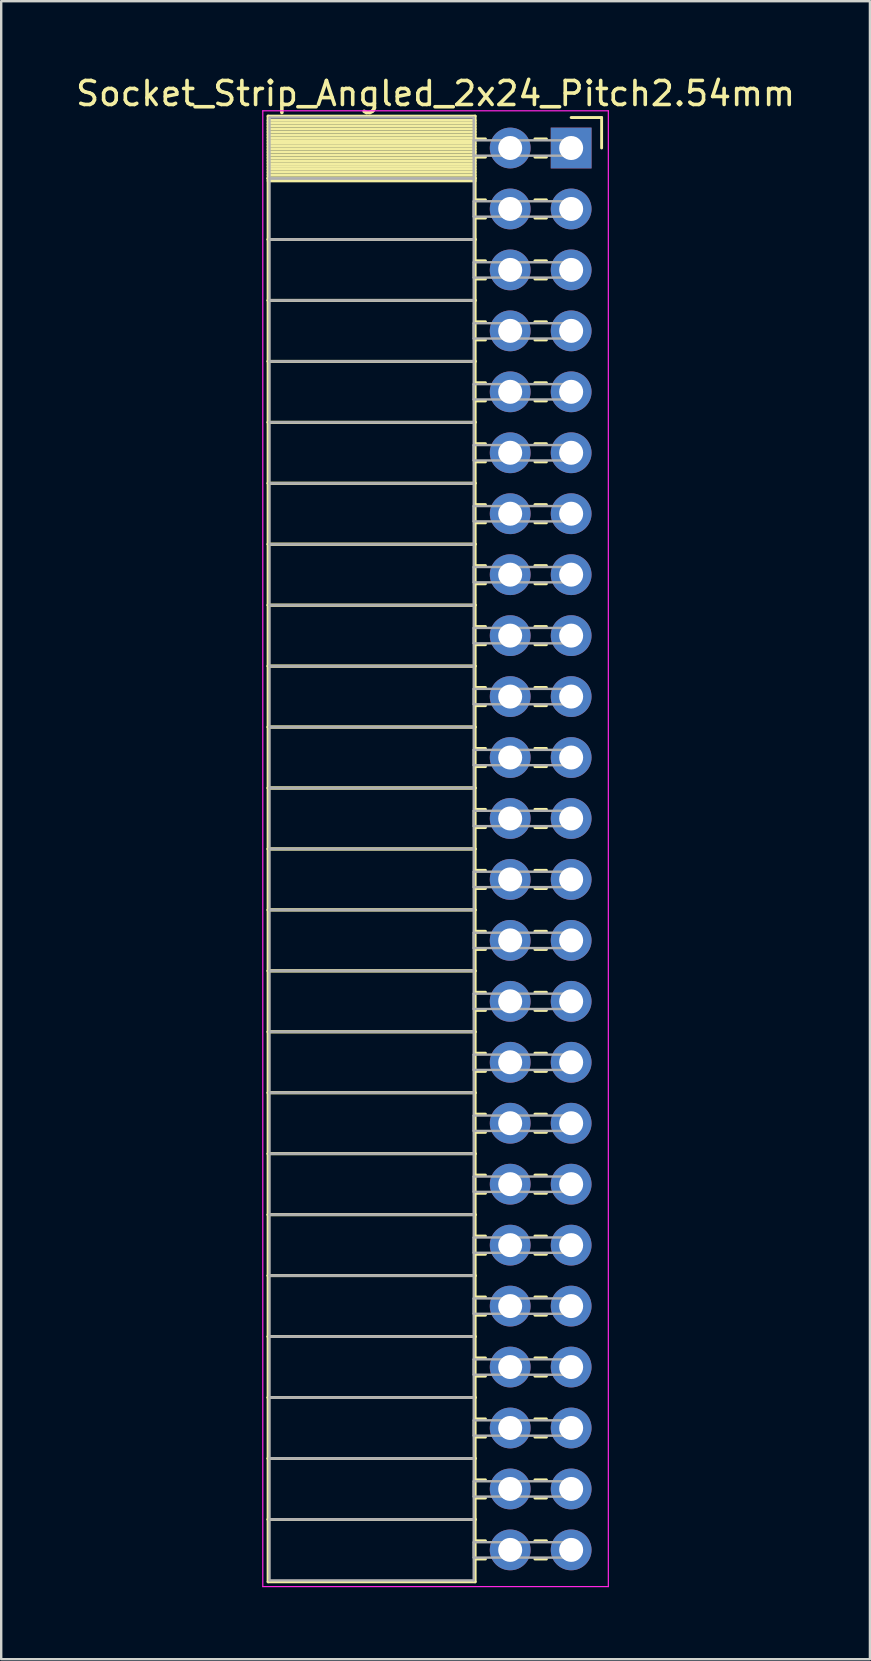
<source format=kicad_pcb>
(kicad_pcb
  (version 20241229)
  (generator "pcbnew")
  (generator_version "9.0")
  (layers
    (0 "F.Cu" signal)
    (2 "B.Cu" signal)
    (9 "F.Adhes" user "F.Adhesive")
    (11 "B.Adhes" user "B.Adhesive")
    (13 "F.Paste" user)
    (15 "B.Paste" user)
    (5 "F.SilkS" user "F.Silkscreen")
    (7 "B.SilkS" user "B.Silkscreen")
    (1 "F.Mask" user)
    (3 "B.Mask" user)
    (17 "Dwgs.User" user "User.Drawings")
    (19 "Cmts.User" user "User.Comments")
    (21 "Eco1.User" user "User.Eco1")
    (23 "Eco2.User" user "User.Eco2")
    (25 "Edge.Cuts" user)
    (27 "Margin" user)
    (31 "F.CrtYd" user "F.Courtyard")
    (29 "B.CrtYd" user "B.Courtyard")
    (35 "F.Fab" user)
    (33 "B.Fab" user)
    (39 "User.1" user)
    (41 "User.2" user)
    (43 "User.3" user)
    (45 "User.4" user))
  (footprint "Socket_Strip_Angled_2x24_Pitch2.54mm"
    (layer "F.Cu")
    (at 20.751 3.118)
    (property "Reference" "Socket_Strip_Angled_2x24_Pitch2.54mm" (at -5.65 -2.27 0) (layer "F.SilkS") (effects (font (size 1 1) (thickness 0.15))))
    (attr through_hole)
    (fp_line (start -12.63 -1.33) (end -4 -1.33) (stroke (width 0.12) (type solid)) (layer "F.SilkS"))
    (fp_line (start -12.63 1.27) (end -12.63 -1.33) (stroke (width 0.12) (type solid)) (layer "F.SilkS"))
    (fp_line (start -12.63 1.27) (end -4 1.27) (stroke (width 0.12) (type solid)) (layer "F.SilkS"))
    (fp_line (start -12.63 3.81) (end -12.63 1.27) (stroke (width 0.12) (type solid)) (layer "F.SilkS"))
    (fp_line (start -12.63 3.81) (end -4 3.81) (stroke (width 0.12) (type solid)) (layer "F.SilkS"))
    (fp_line (start -12.63 6.35) (end -12.63 3.81) (stroke (width 0.12) (type solid)) (layer "F.SilkS"))
    (fp_line (start -12.63 6.35) (end -4 6.35) (stroke (width 0.12) (type solid)) (layer "F.SilkS"))
    (fp_line (start -12.63 8.89) (end -12.63 6.35) (stroke (width 0.12) (type solid)) (layer "F.SilkS"))
    (fp_line (start -12.63 8.89) (end -4 8.89) (stroke (width 0.12) (type solid)) (layer "F.SilkS"))
    (fp_line (start -12.63 11.43) (end -12.63 8.89) (stroke (width 0.12) (type solid)) (layer "F.SilkS"))
    (fp_line (start -12.63 11.43) (end -4 11.43) (stroke (width 0.12) (type solid)) (layer "F.SilkS"))
    (fp_line (start -12.63 13.97) (end -12.63 11.43) (stroke (width 0.12) (type solid)) (layer "F.SilkS"))
    (fp_line (start -12.63 13.97) (end -4 13.97) (stroke (width 0.12) (type solid)) (layer "F.SilkS"))
    (fp_line (start -12.63 16.51) (end -12.63 13.97) (stroke (width 0.12) (type solid)) (layer "F.SilkS"))
    (fp_line (start -12.63 16.51) (end -4 16.51) (stroke (width 0.12) (type solid)) (layer "F.SilkS"))
    (fp_line (start -12.63 19.05) (end -12.63 16.51) (stroke (width 0.12) (type solid)) (layer "F.SilkS"))
    (fp_line (start -12.63 19.05) (end -4 19.05) (stroke (width 0.12) (type solid)) (layer "F.SilkS"))
    (fp_line (start -12.63 21.59) (end -12.63 19.05) (stroke (width 0.12) (type solid)) (layer "F.SilkS"))
    (fp_line (start -12.63 21.59) (end -4 21.59) (stroke (width 0.12) (type solid)) (layer "F.SilkS"))
    (fp_line (start -12.63 24.13) (end -12.63 21.59) (stroke (width 0.12) (type solid)) (layer "F.SilkS"))
    (fp_line (start -12.63 24.13) (end -4 24.13) (stroke (width 0.12) (type solid)) (layer "F.SilkS"))
    (fp_line (start -12.63 26.67) (end -12.63 24.13) (stroke (width 0.12) (type solid)) (layer "F.SilkS"))
    (fp_line (start -12.63 26.67) (end -4 26.67) (stroke (width 0.12) (type solid)) (layer "F.SilkS"))
    (fp_line (start -12.63 29.21) (end -12.63 26.67) (stroke (width 0.12) (type solid)) (layer "F.SilkS"))
    (fp_line (start -12.63 29.21) (end -4 29.21) (stroke (width 0.12) (type solid)) (layer "F.SilkS"))
    (fp_line (start -12.63 31.75) (end -12.63 29.21) (stroke (width 0.12) (type solid)) (layer "F.SilkS"))
    (fp_line (start -12.63 31.75) (end -4 31.75) (stroke (width 0.12) (type solid)) (layer "F.SilkS"))
    (fp_line (start -12.63 34.29) (end -12.63 31.75) (stroke (width 0.12) (type solid)) (layer "F.SilkS"))
    (fp_line (start -12.63 34.29) (end -4 34.29) (stroke (width 0.12) (type solid)) (layer "F.SilkS"))
    (fp_line (start -12.63 36.83) (end -12.63 34.29) (stroke (width 0.12) (type solid)) (layer "F.SilkS"))
    (fp_line (start -12.63 36.83) (end -4 36.83) (stroke (width 0.12) (type solid)) (layer "F.SilkS"))
    (fp_line (start -12.63 39.37) (end -12.63 36.83) (stroke (width 0.12) (type solid)) (layer "F.SilkS"))
    (fp_line (start -12.63 39.37) (end -4 39.37) (stroke (width 0.12) (type solid)) (layer "F.SilkS"))
    (fp_line (start -12.63 41.91) (end -12.63 39.37) (stroke (width 0.12) (type solid)) (layer "F.SilkS"))
    (fp_line (start -12.63 41.91) (end -4 41.91) (stroke (width 0.12) (type solid)) (layer "F.SilkS"))
    (fp_line (start -12.63 44.45) (end -12.63 41.91) (stroke (width 0.12) (type solid)) (layer "F.SilkS"))
    (fp_line (start -12.63 44.45) (end -4 44.45) (stroke (width 0.12) (type solid)) (layer "F.SilkS"))
    (fp_line (start -12.63 46.99) (end -12.63 44.45) (stroke (width 0.12) (type solid)) (layer "F.SilkS"))
    (fp_line (start -12.63 46.99) (end -4 46.99) (stroke (width 0.12) (type solid)) (layer "F.SilkS"))
    (fp_line (start -12.63 49.53) (end -12.63 46.99) (stroke (width 0.12) (type solid)) (layer "F.SilkS"))
    (fp_line (start -12.63 49.53) (end -4 49.53) (stroke (width 0.12) (type solid)) (layer "F.SilkS"))
    (fp_line (start -12.63 52.07) (end -12.63 49.53) (stroke (width 0.12) (type solid)) (layer "F.SilkS"))
    (fp_line (start -12.63 52.07) (end -4 52.07) (stroke (width 0.12) (type solid)) (layer "F.SilkS"))
    (fp_line (start -12.63 54.61) (end -12.63 52.07) (stroke (width 0.12) (type solid)) (layer "F.SilkS"))
    (fp_line (start -12.63 54.61) (end -4 54.61) (stroke (width 0.12) (type solid)) (layer "F.SilkS"))
    (fp_line (start -12.63 57.15) (end -12.63 54.61) (stroke (width 0.12) (type solid)) (layer "F.SilkS"))
    (fp_line (start -12.63 57.15) (end -4 57.15) (stroke (width 0.12) (type solid)) (layer "F.SilkS"))
    (fp_line (start -12.63 59.75) (end -12.63 57.15) (stroke (width 0.12) (type solid)) (layer "F.SilkS"))
    (fp_line (start -4 -1.33) (end -4 1.27) (stroke (width 0.12) (type solid)) (layer "F.SilkS"))
    (fp_line (start -4 -1.15) (end -12.63 -1.15) (stroke (width 0.12) (type solid)) (layer "F.SilkS"))
    (fp_line (start -4 -1.03) (end -12.63 -1.03) (stroke (width 0.12) (type solid)) (layer "F.SilkS"))
    (fp_line (start -4 -0.91) (end -12.63 -0.91) (stroke (width 0.12) (type solid)) (layer "F.SilkS"))
    (fp_line (start -4 -0.79) (end -12.63 -0.79) (stroke (width 0.12) (type solid)) (layer "F.SilkS"))
    (fp_line (start -4 -0.67) (end -12.63 -0.67) (stroke (width 0.12) (type solid)) (layer "F.SilkS"))
    (fp_line (start -4 -0.55) (end -12.63 -0.55) (stroke (width 0.12) (type solid)) (layer "F.SilkS"))
    (fp_line (start -4 -0.43) (end -12.63 -0.43) (stroke (width 0.12) (type solid)) (layer "F.SilkS"))
    (fp_line (start -4 -0.31) (end -12.63 -0.31) (stroke (width 0.12) (type solid)) (layer "F.SilkS"))
    (fp_line (start -4 -0.19) (end -12.63 -0.19) (stroke (width 0.12) (type solid)) (layer "F.SilkS"))
    (fp_line (start -4 -0.07) (end -12.63 -0.07) (stroke (width 0.12) (type solid)) (layer "F.SilkS"))
    (fp_line (start -4 0.05) (end -12.63 0.05) (stroke (width 0.12) (type solid)) (layer "F.SilkS"))
    (fp_line (start -4 0.17) (end -12.63 0.17) (stroke (width 0.12) (type solid)) (layer "F.SilkS"))
    (fp_line (start -4 0.29) (end -12.63 0.29) (stroke (width 0.12) (type solid)) (layer "F.SilkS"))
    (fp_line (start -4 0.41) (end -12.63 0.41) (stroke (width 0.12) (type solid)) (layer "F.SilkS"))
    (fp_line (start -4 0.53) (end -12.63 0.53) (stroke (width 0.12) (type solid)) (layer "F.SilkS"))
    (fp_line (start -4 0.65) (end -12.63 0.65) (stroke (width 0.12) (type solid)) (layer "F.SilkS"))
    (fp_line (start -4 0.77) (end -12.63 0.77) (stroke (width 0.12) (type solid)) (layer "F.SilkS"))
    (fp_line (start -4 0.89) (end -12.63 0.89) (stroke (width 0.12) (type solid)) (layer "F.SilkS"))
    (fp_line (start -4 1.01) (end -12.63 1.01) (stroke (width 0.12) (type solid)) (layer "F.SilkS"))
    (fp_line (start -4 1.13) (end -12.63 1.13) (stroke (width 0.12) (type solid)) (layer "F.SilkS"))
    (fp_line (start -4 1.25) (end -12.63 1.25) (stroke (width 0.12) (type solid)) (layer "F.SilkS"))
    (fp_line (start -4 1.27) (end -12.63 1.27) (stroke (width 0.12) (type solid)) (layer "F.SilkS"))
    (fp_line (start -4 1.27) (end -4 3.81) (stroke (width 0.12) (type solid)) (layer "F.SilkS"))
    (fp_line (start -4 1.37) (end -12.63 1.37) (stroke (width 0.12) (type solid)) (layer "F.SilkS"))
    (fp_line (start -4 3.81) (end -12.63 3.81) (stroke (width 0.12) (type solid)) (layer "F.SilkS"))
    (fp_line (start -4 3.81) (end -4 6.35) (stroke (width 0.12) (type solid)) (layer "F.SilkS"))
    (fp_line (start -4 6.35) (end -12.63 6.35) (stroke (width 0.12) (type solid)) (layer "F.SilkS"))
    (fp_line (start -4 6.35) (end -4 8.89) (stroke (width 0.12) (type solid)) (layer "F.SilkS"))
    (fp_line (start -4 8.89) (end -12.63 8.89) (stroke (width 0.12) (type solid)) (layer "F.SilkS"))
    (fp_line (start -4 8.89) (end -4 11.43) (stroke (width 0.12) (type solid)) (layer "F.SilkS"))
    (fp_line (start -4 11.43) (end -12.63 11.43) (stroke (width 0.12) (type solid)) (layer "F.SilkS"))
    (fp_line (start -4 11.43) (end -4 13.97) (stroke (width 0.12) (type solid)) (layer "F.SilkS"))
    (fp_line (start -4 13.97) (end -12.63 13.97) (stroke (width 0.12) (type solid)) (layer "F.SilkS"))
    (fp_line (start -4 13.97) (end -4 16.51) (stroke (width 0.12) (type solid)) (layer "F.SilkS"))
    (fp_line (start -4 16.51) (end -12.63 16.51) (stroke (width 0.12) (type solid)) (layer "F.SilkS"))
    (fp_line (start -4 16.51) (end -4 19.05) (stroke (width 0.12) (type solid)) (layer "F.SilkS"))
    (fp_line (start -4 19.05) (end -12.63 19.05) (stroke (width 0.12) (type solid)) (layer "F.SilkS"))
    (fp_line (start -4 19.05) (end -4 21.59) (stroke (width 0.12) (type solid)) (layer "F.SilkS"))
    (fp_line (start -4 21.59) (end -12.63 21.59) (stroke (width 0.12) (type solid)) (layer "F.SilkS"))
    (fp_line (start -4 21.59) (end -4 24.13) (stroke (width 0.12) (type solid)) (layer "F.SilkS"))
    (fp_line (start -4 24.13) (end -12.63 24.13) (stroke (width 0.12) (type solid)) (layer "F.SilkS"))
    (fp_line (start -4 24.13) (end -4 26.67) (stroke (width 0.12) (type solid)) (layer "F.SilkS"))
    (fp_line (start -4 26.67) (end -12.63 26.67) (stroke (width 0.12) (type solid)) (layer "F.SilkS"))
    (fp_line (start -4 26.67) (end -4 29.21) (stroke (width 0.12) (type solid)) (layer "F.SilkS"))
    (fp_line (start -4 29.21) (end -12.63 29.21) (stroke (width 0.12) (type solid)) (layer "F.SilkS"))
    (fp_line (start -4 29.21) (end -4 31.75) (stroke (width 0.12) (type solid)) (layer "F.SilkS"))
    (fp_line (start -4 31.75) (end -12.63 31.75) (stroke (width 0.12) (type solid)) (layer "F.SilkS"))
    (fp_line (start -4 31.75) (end -4 34.29) (stroke (width 0.12) (type solid)) (layer "F.SilkS"))
    (fp_line (start -4 34.29) (end -12.63 34.29) (stroke (width 0.12) (type solid)) (layer "F.SilkS"))
    (fp_line (start -4 34.29) (end -4 36.83) (stroke (width 0.12) (type solid)) (layer "F.SilkS"))
    (fp_line (start -4 36.83) (end -12.63 36.83) (stroke (width 0.12) (type solid)) (layer "F.SilkS"))
    (fp_line (start -4 36.83) (end -4 39.37) (stroke (width 0.12) (type solid)) (layer "F.SilkS"))
    (fp_line (start -4 39.37) (end -12.63 39.37) (stroke (width 0.12) (type solid)) (layer "F.SilkS"))
    (fp_line (start -4 39.37) (end -4 41.91) (stroke (width 0.12) (type solid)) (layer "F.SilkS"))
    (fp_line (start -4 41.91) (end -12.63 41.91) (stroke (width 0.12) (type solid)) (layer "F.SilkS"))
    (fp_line (start -4 41.91) (end -4 44.45) (stroke (width 0.12) (type solid)) (layer "F.SilkS"))
    (fp_line (start -4 44.45) (end -12.63 44.45) (stroke (width 0.12) (type solid)) (layer "F.SilkS"))
    (fp_line (start -4 44.45) (end -4 46.99) (stroke (width 0.12) (type solid)) (layer "F.SilkS"))
    (fp_line (start -4 46.99) (end -12.63 46.99) (stroke (width 0.12) (type solid)) (layer "F.SilkS"))
    (fp_line (start -4 46.99) (end -4 49.53) (stroke (width 0.12) (type solid)) (layer "F.SilkS"))
    (fp_line (start -4 49.53) (end -12.63 49.53) (stroke (width 0.12) (type solid)) (layer "F.SilkS"))
    (fp_line (start -4 49.53) (end -4 52.07) (stroke (width 0.12) (type solid)) (layer "F.SilkS"))
    (fp_line (start -4 52.07) (end -12.63 52.07) (stroke (width 0.12) (type solid)) (layer "F.SilkS"))
    (fp_line (start -4 52.07) (end -4 54.61) (stroke (width 0.12) (type solid)) (layer "F.SilkS"))
    (fp_line (start -4 54.61) (end -12.63 54.61) (stroke (width 0.12) (type solid)) (layer "F.SilkS"))
    (fp_line (start -4 54.61) (end -4 57.15) (stroke (width 0.12) (type solid)) (layer "F.SilkS"))
    (fp_line (start -4 57.15) (end -12.63 57.15) (stroke (width 0.12) (type solid)) (layer "F.SilkS"))
    (fp_line (start -4 57.15) (end -4 59.75) (stroke (width 0.12) (type solid)) (layer "F.SilkS"))
    (fp_line (start -4 59.75) (end -12.63 59.75) (stroke (width 0.12) (type solid)) (layer "F.SilkS"))
    (fp_line (start -3.57 -0.38) (end -4 -0.38) (stroke (width 0.12) (type solid)) (layer "F.SilkS"))
    (fp_line (start -3.57 0.38) (end -4 0.38) (stroke (width 0.12) (type solid)) (layer "F.SilkS"))
    (fp_line (start -3.57 2.16) (end -4 2.16) (stroke (width 0.12) (type solid)) (layer "F.SilkS"))
    (fp_line (start -3.57 2.92) (end -4 2.92) (stroke (width 0.12) (type solid)) (layer "F.SilkS"))
    (fp_line (start -3.57 4.7) (end -4 4.7) (stroke (width 0.12) (type solid)) (layer "F.SilkS"))
    (fp_line (start -3.57 5.46) (end -4 5.46) (stroke (width 0.12) (type solid)) (layer "F.SilkS"))
    (fp_line (start -3.57 7.24) (end -4 7.24) (stroke (width 0.12) (type solid)) (layer "F.SilkS"))
    (fp_line (start -3.57 8) (end -4 8) (stroke (width 0.12) (type solid)) (layer "F.SilkS"))
    (fp_line (start -3.57 9.78) (end -4 9.78) (stroke (width 0.12) (type solid)) (layer "F.SilkS"))
    (fp_line (start -3.57 10.54) (end -4 10.54) (stroke (width 0.12) (type solid)) (layer "F.SilkS"))
    (fp_line (start -3.57 12.32) (end -4 12.32) (stroke (width 0.12) (type solid)) (layer "F.SilkS"))
    (fp_line (start -3.57 13.08) (end -4 13.08) (stroke (width 0.12) (type solid)) (layer "F.SilkS"))
    (fp_line (start -3.57 14.86) (end -4 14.86) (stroke (width 0.12) (type solid)) (layer "F.SilkS"))
    (fp_line (start -3.57 15.62) (end -4 15.62) (stroke (width 0.12) (type solid)) (layer "F.SilkS"))
    (fp_line (start -3.57 17.4) (end -4 17.4) (stroke (width 0.12) (type solid)) (layer "F.SilkS"))
    (fp_line (start -3.57 18.16) (end -4 18.16) (stroke (width 0.12) (type solid)) (layer "F.SilkS"))
    (fp_line (start -3.57 19.94) (end -4 19.94) (stroke (width 0.12) (type solid)) (layer "F.SilkS"))
    (fp_line (start -3.57 20.7) (end -4 20.7) (stroke (width 0.12) (type solid)) (layer "F.SilkS"))
    (fp_line (start -3.57 22.48) (end -4 22.48) (stroke (width 0.12) (type solid)) (layer "F.SilkS"))
    (fp_line (start -3.57 23.24) (end -4 23.24) (stroke (width 0.12) (type solid)) (layer "F.SilkS"))
    (fp_line (start -3.57 25.02) (end -4 25.02) (stroke (width 0.12) (type solid)) (layer "F.SilkS"))
    (fp_line (start -3.57 25.78) (end -4 25.78) (stroke (width 0.12) (type solid)) (layer "F.SilkS"))
    (fp_line (start -3.57 27.56) (end -4 27.56) (stroke (width 0.12) (type solid)) (layer "F.SilkS"))
    (fp_line (start -3.57 28.32) (end -4 28.32) (stroke (width 0.12) (type solid)) (layer "F.SilkS"))
    (fp_line (start -3.57 30.1) (end -4 30.1) (stroke (width 0.12) (type solid)) (layer "F.SilkS"))
    (fp_line (start -3.57 30.86) (end -4 30.86) (stroke (width 0.12) (type solid)) (layer "F.SilkS"))
    (fp_line (start -3.57 32.64) (end -4 32.64) (stroke (width 0.12) (type solid)) (layer "F.SilkS"))
    (fp_line (start -3.57 33.4) (end -4 33.4) (stroke (width 0.12) (type solid)) (layer "F.SilkS"))
    (fp_line (start -3.57 35.18) (end -4 35.18) (stroke (width 0.12) (type solid)) (layer "F.SilkS"))
    (fp_line (start -3.57 35.94) (end -4 35.94) (stroke (width 0.12) (type solid)) (layer "F.SilkS"))
    (fp_line (start -3.57 37.72) (end -4 37.72) (stroke (width 0.12) (type solid)) (layer "F.SilkS"))
    (fp_line (start -3.57 38.48) (end -4 38.48) (stroke (width 0.12) (type solid)) (layer "F.SilkS"))
    (fp_line (start -3.57 40.26) (end -4 40.26) (stroke (width 0.12) (type solid)) (layer "F.SilkS"))
    (fp_line (start -3.57 41.02) (end -4 41.02) (stroke (width 0.12) (type solid)) (layer "F.SilkS"))
    (fp_line (start -3.57 42.8) (end -4 42.8) (stroke (width 0.12) (type solid)) (layer "F.SilkS"))
    (fp_line (start -3.57 43.56) (end -4 43.56) (stroke (width 0.12) (type solid)) (layer "F.SilkS"))
    (fp_line (start -3.57 45.34) (end -4 45.34) (stroke (width 0.12) (type solid)) (layer "F.SilkS"))
    (fp_line (start -3.57 46.1) (end -4 46.1) (stroke (width 0.12) (type solid)) (layer "F.SilkS"))
    (fp_line (start -3.57 47.88) (end -4 47.88) (stroke (width 0.12) (type solid)) (layer "F.SilkS"))
    (fp_line (start -3.57 48.64) (end -4 48.64) (stroke (width 0.12) (type solid)) (layer "F.SilkS"))
    (fp_line (start -3.57 50.42) (end -4 50.42) (stroke (width 0.12) (type solid)) (layer "F.SilkS"))
    (fp_line (start -3.57 51.18) (end -4 51.18) (stroke (width 0.12) (type solid)) (layer "F.SilkS"))
    (fp_line (start -3.57 52.96) (end -4 52.96) (stroke (width 0.12) (type solid)) (layer "F.SilkS"))
    (fp_line (start -3.57 53.72) (end -4 53.72) (stroke (width 0.12) (type solid)) (layer "F.SilkS"))
    (fp_line (start -3.57 55.5) (end -4 55.5) (stroke (width 0.12) (type solid)) (layer "F.SilkS"))
    (fp_line (start -3.57 56.26) (end -4 56.26) (stroke (width 0.12) (type solid)) (layer "F.SilkS"))
    (fp_line (start -3.57 58.04) (end -4 58.04) (stroke (width 0.12) (type solid)) (layer "F.SilkS"))
    (fp_line (start -3.57 58.8) (end -4 58.8) (stroke (width 0.12) (type solid)) (layer "F.SilkS"))
    (fp_line (start -1.03 -0.38) (end -1.51 -0.38) (stroke (width 0.12) (type solid)) (layer "F.SilkS"))
    (fp_line (start -1.03 0.38) (end -1.51 0.38) (stroke (width 0.12) (type solid)) (layer "F.SilkS"))
    (fp_line (start -1.03 2.16) (end -1.51 2.16) (stroke (width 0.12) (type solid)) (layer "F.SilkS"))
    (fp_line (start -1.03 2.92) (end -1.51 2.92) (stroke (width 0.12) (type solid)) (layer "F.SilkS"))
    (fp_line (start -1.03 4.7) (end -1.51 4.7) (stroke (width 0.12) (type solid)) (layer "F.SilkS"))
    (fp_line (start -1.03 5.46) (end -1.51 5.46) (stroke (width 0.12) (type solid)) (layer "F.SilkS"))
    (fp_line (start -1.03 7.24) (end -1.51 7.24) (stroke (width 0.12) (type solid)) (layer "F.SilkS"))
    (fp_line (start -1.03 8) (end -1.51 8) (stroke (width 0.12) (type solid)) (layer "F.SilkS"))
    (fp_line (start -1.03 9.78) (end -1.51 9.78) (stroke (width 0.12) (type solid)) (layer "F.SilkS"))
    (fp_line (start -1.03 10.54) (end -1.51 10.54) (stroke (width 0.12) (type solid)) (layer "F.SilkS"))
    (fp_line (start -1.03 12.32) (end -1.51 12.32) (stroke (width 0.12) (type solid)) (layer "F.SilkS"))
    (fp_line (start -1.03 13.08) (end -1.51 13.08) (stroke (width 0.12) (type solid)) (layer "F.SilkS"))
    (fp_line (start -1.03 14.86) (end -1.51 14.86) (stroke (width 0.12) (type solid)) (layer "F.SilkS"))
    (fp_line (start -1.03 15.62) (end -1.51 15.62) (stroke (width 0.12) (type solid)) (layer "F.SilkS"))
    (fp_line (start -1.03 17.4) (end -1.51 17.4) (stroke (width 0.12) (type solid)) (layer "F.SilkS"))
    (fp_line (start -1.03 18.16) (end -1.51 18.16) (stroke (width 0.12) (type solid)) (layer "F.SilkS"))
    (fp_line (start -1.03 19.94) (end -1.51 19.94) (stroke (width 0.12) (type solid)) (layer "F.SilkS"))
    (fp_line (start -1.03 20.7) (end -1.51 20.7) (stroke (width 0.12) (type solid)) (layer "F.SilkS"))
    (fp_line (start -1.03 22.48) (end -1.51 22.48) (stroke (width 0.12) (type solid)) (layer "F.SilkS"))
    (fp_line (start -1.03 23.24) (end -1.51 23.24) (stroke (width 0.12) (type solid)) (layer "F.SilkS"))
    (fp_line (start -1.03 25.02) (end -1.51 25.02) (stroke (width 0.12) (type solid)) (layer "F.SilkS"))
    (fp_line (start -1.03 25.78) (end -1.51 25.78) (stroke (width 0.12) (type solid)) (layer "F.SilkS"))
    (fp_line (start -1.03 27.56) (end -1.51 27.56) (stroke (width 0.12) (type solid)) (layer "F.SilkS"))
    (fp_line (start -1.03 28.32) (end -1.51 28.32) (stroke (width 0.12) (type solid)) (layer "F.SilkS"))
    (fp_line (start -1.03 30.1) (end -1.51 30.1) (stroke (width 0.12) (type solid)) (layer "F.SilkS"))
    (fp_line (start -1.03 30.86) (end -1.51 30.86) (stroke (width 0.12) (type solid)) (layer "F.SilkS"))
    (fp_line (start -1.03 32.64) (end -1.51 32.64) (stroke (width 0.12) (type solid)) (layer "F.SilkS"))
    (fp_line (start -1.03 33.4) (end -1.51 33.4) (stroke (width 0.12) (type solid)) (layer "F.SilkS"))
    (fp_line (start -1.03 35.18) (end -1.51 35.18) (stroke (width 0.12) (type solid)) (layer "F.SilkS"))
    (fp_line (start -1.03 35.94) (end -1.51 35.94) (stroke (width 0.12) (type solid)) (layer "F.SilkS"))
    (fp_line (start -1.03 37.72) (end -1.51 37.72) (stroke (width 0.12) (type solid)) (layer "F.SilkS"))
    (fp_line (start -1.03 38.48) (end -1.51 38.48) (stroke (width 0.12) (type solid)) (layer "F.SilkS"))
    (fp_line (start -1.03 40.26) (end -1.51 40.26) (stroke (width 0.12) (type solid)) (layer "F.SilkS"))
    (fp_line (start -1.03 41.02) (end -1.51 41.02) (stroke (width 0.12) (type solid)) (layer "F.SilkS"))
    (fp_line (start -1.03 42.8) (end -1.51 42.8) (stroke (width 0.12) (type solid)) (layer "F.SilkS"))
    (fp_line (start -1.03 43.56) (end -1.51 43.56) (stroke (width 0.12) (type solid)) (layer "F.SilkS"))
    (fp_line (start -1.03 45.34) (end -1.51 45.34) (stroke (width 0.12) (type solid)) (layer "F.SilkS"))
    (fp_line (start -1.03 46.1) (end -1.51 46.1) (stroke (width 0.12) (type solid)) (layer "F.SilkS"))
    (fp_line (start -1.03 47.88) (end -1.51 47.88) (stroke (width 0.12) (type solid)) (layer "F.SilkS"))
    (fp_line (start -1.03 48.64) (end -1.51 48.64) (stroke (width 0.12) (type solid)) (layer "F.SilkS"))
    (fp_line (start -1.03 50.42) (end -1.51 50.42) (stroke (width 0.12) (type solid)) (layer "F.SilkS"))
    (fp_line (start -1.03 51.18) (end -1.51 51.18) (stroke (width 0.12) (type solid)) (layer "F.SilkS"))
    (fp_line (start -1.03 52.96) (end -1.51 52.96) (stroke (width 0.12) (type solid)) (layer "F.SilkS"))
    (fp_line (start -1.03 53.72) (end -1.51 53.72) (stroke (width 0.12) (type solid)) (layer "F.SilkS"))
    (fp_line (start -1.03 55.5) (end -1.51 55.5) (stroke (width 0.12) (type solid)) (layer "F.SilkS"))
    (fp_line (start -1.03 56.26) (end -1.51 56.26) (stroke (width 0.12) (type solid)) (layer "F.SilkS"))
    (fp_line (start -1.03 58.04) (end -1.51 58.04) (stroke (width 0.12) (type solid)) (layer "F.SilkS"))
    (fp_line (start -1.03 58.8) (end -1.51 58.8) (stroke (width 0.12) (type solid)) (layer "F.SilkS"))
    (fp_line (start 0 -1.27) (end 1.27 -1.27) (stroke (width 0.12) (type solid)) (layer "F.SilkS"))
    (fp_line (start 1.27 -1.27) (end 1.27 0) (stroke (width 0.12) (type solid)) (layer "F.SilkS"))
    (fp_line (start -12.85 -1.55) (end 1.55 -1.55) (stroke (width 0.05) (type solid)) (layer "F.CrtYd"))
    (fp_line (start -12.85 59.95) (end -12.85 -1.55) (stroke (width 0.05) (type solid)) (layer "F.CrtYd"))
    (fp_line (start 1.55 -1.55) (end 1.55 59.95) (stroke (width 0.05) (type solid)) (layer "F.CrtYd"))
    (fp_line (start 1.55 59.95) (end -12.85 59.95) (stroke (width 0.05) (type solid)) (layer "F.CrtYd"))
    (fp_line (start -12.57 -1.27) (end -4.06 -1.27) (stroke (width 0.1) (type solid)) (layer "F.Fab"))
    (fp_line (start -12.57 1.27) (end -12.57 -1.27) (stroke (width 0.1) (type solid)) (layer "F.Fab"))
    (fp_line (start -12.57 1.27) (end -4.06 1.27) (stroke (width 0.1) (type solid)) (layer "F.Fab"))
    (fp_line (start -12.57 3.81) (end -12.57 1.27) (stroke (width 0.1) (type solid)) (layer "F.Fab"))
    (fp_line (start -12.57 3.81) (end -4.06 3.81) (stroke (width 0.1) (type solid)) (layer "F.Fab"))
    (fp_line (start -12.57 6.35) (end -12.57 3.81) (stroke (width 0.1) (type solid)) (layer "F.Fab"))
    (fp_line (start -12.57 6.35) (end -4.06 6.35) (stroke (width 0.1) (type solid)) (layer "F.Fab"))
    (fp_line (start -12.57 8.89) (end -12.57 6.35) (stroke (width 0.1) (type solid)) (layer "F.Fab"))
    (fp_line (start -12.57 8.89) (end -4.06 8.89) (stroke (width 0.1) (type solid)) (layer "F.Fab"))
    (fp_line (start -12.57 11.43) (end -12.57 8.89) (stroke (width 0.1) (type solid)) (layer "F.Fab"))
    (fp_line (start -12.57 11.43) (end -4.06 11.43) (stroke (width 0.1) (type solid)) (layer "F.Fab"))
    (fp_line (start -12.57 13.97) (end -12.57 11.43) (stroke (width 0.1) (type solid)) (layer "F.Fab"))
    (fp_line (start -12.57 13.97) (end -4.06 13.97) (stroke (width 0.1) (type solid)) (layer "F.Fab"))
    (fp_line (start -12.57 16.51) (end -12.57 13.97) (stroke (width 0.1) (type solid)) (layer "F.Fab"))
    (fp_line (start -12.57 16.51) (end -4.06 16.51) (stroke (width 0.1) (type solid)) (layer "F.Fab"))
    (fp_line (start -12.57 19.05) (end -12.57 16.51) (stroke (width 0.1) (type solid)) (layer "F.Fab"))
    (fp_line (start -12.57 19.05) (end -4.06 19.05) (stroke (width 0.1) (type solid)) (layer "F.Fab"))
    (fp_line (start -12.57 21.59) (end -12.57 19.05) (stroke (width 0.1) (type solid)) (layer "F.Fab"))
    (fp_line (start -12.57 21.59) (end -4.06 21.59) (stroke (width 0.1) (type solid)) (layer "F.Fab"))
    (fp_line (start -12.57 24.13) (end -12.57 21.59) (stroke (width 0.1) (type solid)) (layer "F.Fab"))
    (fp_line (start -12.57 24.13) (end -4.06 24.13) (stroke (width 0.1) (type solid)) (layer "F.Fab"))
    (fp_line (start -12.57 26.67) (end -12.57 24.13) (stroke (width 0.1) (type solid)) (layer "F.Fab"))
    (fp_line (start -12.57 26.67) (end -4.06 26.67) (stroke (width 0.1) (type solid)) (layer "F.Fab"))
    (fp_line (start -12.57 29.21) (end -12.57 26.67) (stroke (width 0.1) (type solid)) (layer "F.Fab"))
    (fp_line (start -12.57 29.21) (end -4.06 29.21) (stroke (width 0.1) (type solid)) (layer "F.Fab"))
    (fp_line (start -12.57 31.75) (end -12.57 29.21) (stroke (width 0.1) (type solid)) (layer "F.Fab"))
    (fp_line (start -12.57 31.75) (end -4.06 31.75) (stroke (width 0.1) (type solid)) (layer "F.Fab"))
    (fp_line (start -12.57 34.29) (end -12.57 31.75) (stroke (width 0.1) (type solid)) (layer "F.Fab"))
    (fp_line (start -12.57 34.29) (end -4.06 34.29) (stroke (width 0.1) (type solid)) (layer "F.Fab"))
    (fp_line (start -12.57 36.83) (end -12.57 34.29) (stroke (width 0.1) (type solid)) (layer "F.Fab"))
    (fp_line (start -12.57 36.83) (end -4.06 36.83) (stroke (width 0.1) (type solid)) (layer "F.Fab"))
    (fp_line (start -12.57 39.37) (end -12.57 36.83) (stroke (width 0.1) (type solid)) (layer "F.Fab"))
    (fp_line (start -12.57 39.37) (end -4.06 39.37) (stroke (width 0.1) (type solid)) (layer "F.Fab"))
    (fp_line (start -12.57 41.91) (end -12.57 39.37) (stroke (width 0.1) (type solid)) (layer "F.Fab"))
    (fp_line (start -12.57 41.91) (end -4.06 41.91) (stroke (width 0.1) (type solid)) (layer "F.Fab"))
    (fp_line (start -12.57 44.45) (end -12.57 41.91) (stroke (width 0.1) (type solid)) (layer "F.Fab"))
    (fp_line (start -12.57 44.45) (end -4.06 44.45) (stroke (width 0.1) (type solid)) (layer "F.Fab"))
    (fp_line (start -12.57 46.99) (end -12.57 44.45) (stroke (width 0.1) (type solid)) (layer "F.Fab"))
    (fp_line (start -12.57 46.99) (end -4.06 46.99) (stroke (width 0.1) (type solid)) (layer "F.Fab"))
    (fp_line (start -12.57 49.53) (end -12.57 46.99) (stroke (width 0.1) (type solid)) (layer "F.Fab"))
    (fp_line (start -12.57 49.53) (end -4.06 49.53) (stroke (width 0.1) (type solid)) (layer "F.Fab"))
    (fp_line (start -12.57 52.07) (end -12.57 49.53) (stroke (width 0.1) (type solid)) (layer "F.Fab"))
    (fp_line (start -12.57 52.07) (end -4.06 52.07) (stroke (width 0.1) (type solid)) (layer "F.Fab"))
    (fp_line (start -12.57 54.61) (end -12.57 52.07) (stroke (width 0.1) (type solid)) (layer "F.Fab"))
    (fp_line (start -12.57 54.61) (end -4.06 54.61) (stroke (width 0.1) (type solid)) (layer "F.Fab"))
    (fp_line (start -12.57 57.15) (end -12.57 54.61) (stroke (width 0.1) (type solid)) (layer "F.Fab"))
    (fp_line (start -12.57 57.15) (end -4.06 57.15) (stroke (width 0.1) (type solid)) (layer "F.Fab"))
    (fp_line (start -12.57 59.69) (end -12.57 57.15) (stroke (width 0.1) (type solid)) (layer "F.Fab"))
    (fp_line (start -4.06 -1.27) (end -4.06 1.27) (stroke (width 0.1) (type solid)) (layer "F.Fab"))
    (fp_line (start -4.06 -0.32) (end 0 -0.32) (stroke (width 0.1) (type solid)) (layer "F.Fab"))
    (fp_line (start -4.06 0.32) (end -4.06 -0.32) (stroke (width 0.1) (type solid)) (layer "F.Fab"))
    (fp_line (start -4.06 1.27) (end -12.57 1.27) (stroke (width 0.1) (type solid)) (layer "F.Fab"))
    (fp_line (start -4.06 1.27) (end -4.06 3.81) (stroke (width 0.1) (type solid)) (layer "F.Fab"))
    (fp_line (start -4.06 2.22) (end 0 2.22) (stroke (width 0.1) (type solid)) (layer "F.Fab"))
    (fp_line (start -4.06 2.86) (end -4.06 2.22) (stroke (width 0.1) (type solid)) (layer "F.Fab"))
    (fp_line (start -4.06 3.81) (end -12.57 3.81) (stroke (width 0.1) (type solid)) (layer "F.Fab"))
    (fp_line (start -4.06 3.81) (end -4.06 6.35) (stroke (width 0.1) (type solid)) (layer "F.Fab"))
    (fp_line (start -4.06 4.76) (end 0 4.76) (stroke (width 0.1) (type solid)) (layer "F.Fab"))
    (fp_line (start -4.06 5.4) (end -4.06 4.76) (stroke (width 0.1) (type solid)) (layer "F.Fab"))
    (fp_line (start -4.06 6.35) (end -12.57 6.35) (stroke (width 0.1) (type solid)) (layer "F.Fab"))
    (fp_line (start -4.06 6.35) (end -4.06 8.89) (stroke (width 0.1) (type solid)) (layer "F.Fab"))
    (fp_line (start -4.06 7.3) (end 0 7.3) (stroke (width 0.1) (type solid)) (layer "F.Fab"))
    (fp_line (start -4.06 7.94) (end -4.06 7.3) (stroke (width 0.1) (type solid)) (layer "F.Fab"))
    (fp_line (start -4.06 8.89) (end -12.57 8.89) (stroke (width 0.1) (type solid)) (layer "F.Fab"))
    (fp_line (start -4.06 8.89) (end -4.06 11.43) (stroke (width 0.1) (type solid)) (layer "F.Fab"))
    (fp_line (start -4.06 9.84) (end 0 9.84) (stroke (width 0.1) (type solid)) (layer "F.Fab"))
    (fp_line (start -4.06 10.48) (end -4.06 9.84) (stroke (width 0.1) (type solid)) (layer "F.Fab"))
    (fp_line (start -4.06 11.43) (end -12.57 11.43) (stroke (width 0.1) (type solid)) (layer "F.Fab"))
    (fp_line (start -4.06 11.43) (end -4.06 13.97) (stroke (width 0.1) (type solid)) (layer "F.Fab"))
    (fp_line (start -4.06 12.38) (end 0 12.38) (stroke (width 0.1) (type solid)) (layer "F.Fab"))
    (fp_line (start -4.06 13.02) (end -4.06 12.38) (stroke (width 0.1) (type solid)) (layer "F.Fab"))
    (fp_line (start -4.06 13.97) (end -12.57 13.97) (stroke (width 0.1) (type solid)) (layer "F.Fab"))
    (fp_line (start -4.06 13.97) (end -4.06 16.51) (stroke (width 0.1) (type solid)) (layer "F.Fab"))
    (fp_line (start -4.06 14.92) (end 0 14.92) (stroke (width 0.1) (type solid)) (layer "F.Fab"))
    (fp_line (start -4.06 15.56) (end -4.06 14.92) (stroke (width 0.1) (type solid)) (layer "F.Fab"))
    (fp_line (start -4.06 16.51) (end -12.57 16.51) (stroke (width 0.1) (type solid)) (layer "F.Fab"))
    (fp_line (start -4.06 16.51) (end -4.06 19.05) (stroke (width 0.1) (type solid)) (layer "F.Fab"))
    (fp_line (start -4.06 17.46) (end 0 17.46) (stroke (width 0.1) (type solid)) (layer "F.Fab"))
    (fp_line (start -4.06 18.1) (end -4.06 17.46) (stroke (width 0.1) (type solid)) (layer "F.Fab"))
    (fp_line (start -4.06 19.05) (end -12.57 19.05) (stroke (width 0.1) (type solid)) (layer "F.Fab"))
    (fp_line (start -4.06 19.05) (end -4.06 21.59) (stroke (width 0.1) (type solid)) (layer "F.Fab"))
    (fp_line (start -4.06 20) (end 0 20) (stroke (width 0.1) (type solid)) (layer "F.Fab"))
    (fp_line (start -4.06 20.64) (end -4.06 20) (stroke (width 0.1) (type solid)) (layer "F.Fab"))
    (fp_line (start -4.06 21.59) (end -12.57 21.59) (stroke (width 0.1) (type solid)) (layer "F.Fab"))
    (fp_line (start -4.06 21.59) (end -4.06 24.13) (stroke (width 0.1) (type solid)) (layer "F.Fab"))
    (fp_line (start -4.06 22.54) (end 0 22.54) (stroke (width 0.1) (type solid)) (layer "F.Fab"))
    (fp_line (start -4.06 23.18) (end -4.06 22.54) (stroke (width 0.1) (type solid)) (layer "F.Fab"))
    (fp_line (start -4.06 24.13) (end -12.57 24.13) (stroke (width 0.1) (type solid)) (layer "F.Fab"))
    (fp_line (start -4.06 24.13) (end -4.06 26.67) (stroke (width 0.1) (type solid)) (layer "F.Fab"))
    (fp_line (start -4.06 25.08) (end 0 25.08) (stroke (width 0.1) (type solid)) (layer "F.Fab"))
    (fp_line (start -4.06 25.72) (end -4.06 25.08) (stroke (width 0.1) (type solid)) (layer "F.Fab"))
    (fp_line (start -4.06 26.67) (end -12.57 26.67) (stroke (width 0.1) (type solid)) (layer "F.Fab"))
    (fp_line (start -4.06 26.67) (end -4.06 29.21) (stroke (width 0.1) (type solid)) (layer "F.Fab"))
    (fp_line (start -4.06 27.62) (end 0 27.62) (stroke (width 0.1) (type solid)) (layer "F.Fab"))
    (fp_line (start -4.06 28.26) (end -4.06 27.62) (stroke (width 0.1) (type solid)) (layer "F.Fab"))
    (fp_line (start -4.06 29.21) (end -12.57 29.21) (stroke (width 0.1) (type solid)) (layer "F.Fab"))
    (fp_line (start -4.06 29.21) (end -4.06 31.75) (stroke (width 0.1) (type solid)) (layer "F.Fab"))
    (fp_line (start -4.06 30.16) (end 0 30.16) (stroke (width 0.1) (type solid)) (layer "F.Fab"))
    (fp_line (start -4.06 30.8) (end -4.06 30.16) (stroke (width 0.1) (type solid)) (layer "F.Fab"))
    (fp_line (start -4.06 31.75) (end -12.57 31.75) (stroke (width 0.1) (type solid)) (layer "F.Fab"))
    (fp_line (start -4.06 31.75) (end -4.06 34.29) (stroke (width 0.1) (type solid)) (layer "F.Fab"))
    (fp_line (start -4.06 32.7) (end 0 32.7) (stroke (width 0.1) (type solid)) (layer "F.Fab"))
    (fp_line (start -4.06 33.34) (end -4.06 32.7) (stroke (width 0.1) (type solid)) (layer "F.Fab"))
    (fp_line (start -4.06 34.29) (end -12.57 34.29) (stroke (width 0.1) (type solid)) (layer "F.Fab"))
    (fp_line (start -4.06 34.29) (end -4.06 36.83) (stroke (width 0.1) (type solid)) (layer "F.Fab"))
    (fp_line (start -4.06 35.24) (end 0 35.24) (stroke (width 0.1) (type solid)) (layer "F.Fab"))
    (fp_line (start -4.06 35.88) (end -4.06 35.24) (stroke (width 0.1) (type solid)) (layer "F.Fab"))
    (fp_line (start -4.06 36.83) (end -12.57 36.83) (stroke (width 0.1) (type solid)) (layer "F.Fab"))
    (fp_line (start -4.06 36.83) (end -4.06 39.37) (stroke (width 0.1) (type solid)) (layer "F.Fab"))
    (fp_line (start -4.06 37.78) (end 0 37.78) (stroke (width 0.1) (type solid)) (layer "F.Fab"))
    (fp_line (start -4.06 38.42) (end -4.06 37.78) (stroke (width 0.1) (type solid)) (layer "F.Fab"))
    (fp_line (start -4.06 39.37) (end -12.57 39.37) (stroke (width 0.1) (type solid)) (layer "F.Fab"))
    (fp_line (start -4.06 39.37) (end -4.06 41.91) (stroke (width 0.1) (type solid)) (layer "F.Fab"))
    (fp_line (start -4.06 40.32) (end 0 40.32) (stroke (width 0.1) (type solid)) (layer "F.Fab"))
    (fp_line (start -4.06 40.96) (end -4.06 40.32) (stroke (width 0.1) (type solid)) (layer "F.Fab"))
    (fp_line (start -4.06 41.91) (end -12.57 41.91) (stroke (width 0.1) (type solid)) (layer "F.Fab"))
    (fp_line (start -4.06 41.91) (end -4.06 44.45) (stroke (width 0.1) (type solid)) (layer "F.Fab"))
    (fp_line (start -4.06 42.86) (end 0 42.86) (stroke (width 0.1) (type solid)) (layer "F.Fab"))
    (fp_line (start -4.06 43.5) (end -4.06 42.86) (stroke (width 0.1) (type solid)) (layer "F.Fab"))
    (fp_line (start -4.06 44.45) (end -12.57 44.45) (stroke (width 0.1) (type solid)) (layer "F.Fab"))
    (fp_line (start -4.06 44.45) (end -4.06 46.99) (stroke (width 0.1) (type solid)) (layer "F.Fab"))
    (fp_line (start -4.06 45.4) (end 0 45.4) (stroke (width 0.1) (type solid)) (layer "F.Fab"))
    (fp_line (start -4.06 46.04) (end -4.06 45.4) (stroke (width 0.1) (type solid)) (layer "F.Fab"))
    (fp_line (start -4.06 46.99) (end -12.57 46.99) (stroke (width 0.1) (type solid)) (layer "F.Fab"))
    (fp_line (start -4.06 46.99) (end -4.06 49.53) (stroke (width 0.1) (type solid)) (layer "F.Fab"))
    (fp_line (start -4.06 47.94) (end 0 47.94) (stroke (width 0.1) (type solid)) (layer "F.Fab"))
    (fp_line (start -4.06 48.58) (end -4.06 47.94) (stroke (width 0.1) (type solid)) (layer "F.Fab"))
    (fp_line (start -4.06 49.53) (end -12.57 49.53) (stroke (width 0.1) (type solid)) (layer "F.Fab"))
    (fp_line (start -4.06 49.53) (end -4.06 52.07) (stroke (width 0.1) (type solid)) (layer "F.Fab"))
    (fp_line (start -4.06 50.48) (end 0 50.48) (stroke (width 0.1) (type solid)) (layer "F.Fab"))
    (fp_line (start -4.06 51.12) (end -4.06 50.48) (stroke (width 0.1) (type solid)) (layer "F.Fab"))
    (fp_line (start -4.06 52.07) (end -12.57 52.07) (stroke (width 0.1) (type solid)) (layer "F.Fab"))
    (fp_line (start -4.06 52.07) (end -4.06 54.61) (stroke (width 0.1) (type solid)) (layer "F.Fab"))
    (fp_line (start -4.06 53.02) (end 0 53.02) (stroke (width 0.1) (type solid)) (layer "F.Fab"))
    (fp_line (start -4.06 53.66) (end -4.06 53.02) (stroke (width 0.1) (type solid)) (layer "F.Fab"))
    (fp_line (start -4.06 54.61) (end -12.57 54.61) (stroke (width 0.1) (type solid)) (layer "F.Fab"))
    (fp_line (start -4.06 54.61) (end -4.06 57.15) (stroke (width 0.1) (type solid)) (layer "F.Fab"))
    (fp_line (start -4.06 55.56) (end 0 55.56) (stroke (width 0.1) (type solid)) (layer "F.Fab"))
    (fp_line (start -4.06 56.2) (end -4.06 55.56) (stroke (width 0.1) (type solid)) (layer "F.Fab"))
    (fp_line (start -4.06 57.15) (end -12.57 57.15) (stroke (width 0.1) (type solid)) (layer "F.Fab"))
    (fp_line (start -4.06 57.15) (end -4.06 59.69) (stroke (width 0.1) (type solid)) (layer "F.Fab"))
    (fp_line (start -4.06 58.1) (end 0 58.1) (stroke (width 0.1) (type solid)) (layer "F.Fab"))
    (fp_line (start -4.06 58.74) (end -4.06 58.1) (stroke (width 0.1) (type solid)) (layer "F.Fab"))
    (fp_line (start -4.06 59.69) (end -12.57 59.69) (stroke (width 0.1) (type solid)) (layer "F.Fab"))
    (fp_line (start 0 -0.32) (end 0 0.32) (stroke (width 0.1) (type solid)) (layer "F.Fab"))
    (fp_line (start 0 0.32) (end -4.06 0.32) (stroke (width 0.1) (type solid)) (layer "F.Fab"))
    (fp_line (start 0 2.22) (end 0 2.86) (stroke (width 0.1) (type solid)) (layer "F.Fab"))
    (fp_line (start 0 2.86) (end -4.06 2.86) (stroke (width 0.1) (type solid)) (layer "F.Fab"))
    (fp_line (start 0 4.76) (end 0 5.4) (stroke (width 0.1) (type solid)) (layer "F.Fab"))
    (fp_line (start 0 5.4) (end -4.06 5.4) (stroke (width 0.1) (type solid)) (layer "F.Fab"))
    (fp_line (start 0 7.3) (end 0 7.94) (stroke (width 0.1) (type solid)) (layer "F.Fab"))
    (fp_line (start 0 7.94) (end -4.06 7.94) (stroke (width 0.1) (type solid)) (layer "F.Fab"))
    (fp_line (start 0 9.84) (end 0 10.48) (stroke (width 0.1) (type solid)) (layer "F.Fab"))
    (fp_line (start 0 10.48) (end -4.06 10.48) (stroke (width 0.1) (type solid)) (layer "F.Fab"))
    (fp_line (start 0 12.38) (end 0 13.02) (stroke (width 0.1) (type solid)) (layer "F.Fab"))
    (fp_line (start 0 13.02) (end -4.06 13.02) (stroke (width 0.1) (type solid)) (layer "F.Fab"))
    (fp_line (start 0 14.92) (end 0 15.56) (stroke (width 0.1) (type solid)) (layer "F.Fab"))
    (fp_line (start 0 15.56) (end -4.06 15.56) (stroke (width 0.1) (type solid)) (layer "F.Fab"))
    (fp_line (start 0 17.46) (end 0 18.1) (stroke (width 0.1) (type solid)) (layer "F.Fab"))
    (fp_line (start 0 18.1) (end -4.06 18.1) (stroke (width 0.1) (type solid)) (layer "F.Fab"))
    (fp_line (start 0 20) (end 0 20.64) (stroke (width 0.1) (type solid)) (layer "F.Fab"))
    (fp_line (start 0 20.64) (end -4.06 20.64) (stroke (width 0.1) (type solid)) (layer "F.Fab"))
    (fp_line (start 0 22.54) (end 0 23.18) (stroke (width 0.1) (type solid)) (layer "F.Fab"))
    (fp_line (start 0 23.18) (end -4.06 23.18) (stroke (width 0.1) (type solid)) (layer "F.Fab"))
    (fp_line (start 0 25.08) (end 0 25.72) (stroke (width 0.1) (type solid)) (layer "F.Fab"))
    (fp_line (start 0 25.72) (end -4.06 25.72) (stroke (width 0.1) (type solid)) (layer "F.Fab"))
    (fp_line (start 0 27.62) (end 0 28.26) (stroke (width 0.1) (type solid)) (layer "F.Fab"))
    (fp_line (start 0 28.26) (end -4.06 28.26) (stroke (width 0.1) (type solid)) (layer "F.Fab"))
    (fp_line (start 0 30.16) (end 0 30.8) (stroke (width 0.1) (type solid)) (layer "F.Fab"))
    (fp_line (start 0 30.8) (end -4.06 30.8) (stroke (width 0.1) (type solid)) (layer "F.Fab"))
    (fp_line (start 0 32.7) (end 0 33.34) (stroke (width 0.1) (type solid)) (layer "F.Fab"))
    (fp_line (start 0 33.34) (end -4.06 33.34) (stroke (width 0.1) (type solid)) (layer "F.Fab"))
    (fp_line (start 0 35.24) (end 0 35.88) (stroke (width 0.1) (type solid)) (layer "F.Fab"))
    (fp_line (start 0 35.88) (end -4.06 35.88) (stroke (width 0.1) (type solid)) (layer "F.Fab"))
    (fp_line (start 0 37.78) (end 0 38.42) (stroke (width 0.1) (type solid)) (layer "F.Fab"))
    (fp_line (start 0 38.42) (end -4.06 38.42) (stroke (width 0.1) (type solid)) (layer "F.Fab"))
    (fp_line (start 0 40.32) (end 0 40.96) (stroke (width 0.1) (type solid)) (layer "F.Fab"))
    (fp_line (start 0 40.96) (end -4.06 40.96) (stroke (width 0.1) (type solid)) (layer "F.Fab"))
    (fp_line (start 0 42.86) (end 0 43.5) (stroke (width 0.1) (type solid)) (layer "F.Fab"))
    (fp_line (start 0 43.5) (end -4.06 43.5) (stroke (width 0.1) (type solid)) (layer "F.Fab"))
    (fp_line (start 0 45.4) (end 0 46.04) (stroke (width 0.1) (type solid)) (layer "F.Fab"))
    (fp_line (start 0 46.04) (end -4.06 46.04) (stroke (width 0.1) (type solid)) (layer "F.Fab"))
    (fp_line (start 0 47.94) (end 0 48.58) (stroke (width 0.1) (type solid)) (layer "F.Fab"))
    (fp_line (start 0 48.58) (end -4.06 48.58) (stroke (width 0.1) (type solid)) (layer "F.Fab"))
    (fp_line (start 0 50.48) (end 0 51.12) (stroke (width 0.1) (type solid)) (layer "F.Fab"))
    (fp_line (start 0 51.12) (end -4.06 51.12) (stroke (width 0.1) (type solid)) (layer "F.Fab"))
    (fp_line (start 0 53.02) (end 0 53.66) (stroke (width 0.1) (type solid)) (layer "F.Fab"))
    (fp_line (start 0 53.66) (end -4.06 53.66) (stroke (width 0.1) (type solid)) (layer "F.Fab"))
    (fp_line (start 0 55.56) (end 0 56.2) (stroke (width 0.1) (type solid)) (layer "F.Fab"))
    (fp_line (start 0 56.2) (end -4.06 56.2) (stroke (width 0.1) (type solid)) (layer "F.Fab"))
    (fp_line (start 0 58.1) (end 0 58.74) (stroke (width 0.1) (type solid)) (layer "F.Fab"))
    (fp_line (start 0 58.74) (end -4.06 58.74) (stroke (width 0.1) (type solid)) (layer "F.Fab"))
    (pad "1" thru_hole rect (at 0 0) (size 1.7 1.7) (drill 1) (layers "*.Cu" "*.Mask"))
    (pad "2" thru_hole oval (at -2.54 0) (size 1.7 1.7) (drill 1) (layers "*.Cu" "*.Mask"))
    (pad "3" thru_hole oval (at 0 2.54) (size 1.7 1.7) (drill 1) (layers "*.Cu" "*.Mask"))
    (pad "4" thru_hole oval (at -2.54 2.54) (size 1.7 1.7) (drill 1) (layers "*.Cu" "*.Mask"))
    (pad "5" thru_hole oval (at 0 5.08) (size 1.7 1.7) (drill 1) (layers "*.Cu" "*.Mask"))
    (pad "6" thru_hole oval (at -2.54 5.08) (size 1.7 1.7) (drill 1) (layers "*.Cu" "*.Mask"))
    (pad "7" thru_hole oval (at 0 7.62) (size 1.7 1.7) (drill 1) (layers "*.Cu" "*.Mask"))
    (pad "8" thru_hole oval (at -2.54 7.62) (size 1.7 1.7) (drill 1) (layers "*.Cu" "*.Mask"))
    (pad "9" thru_hole oval (at 0 10.16) (size 1.7 1.7) (drill 1) (layers "*.Cu" "*.Mask"))
    (pad "10" thru_hole oval (at -2.54 10.16) (size 1.7 1.7) (drill 1) (layers "*.Cu" "*.Mask"))
    (pad "11" thru_hole oval (at 0 12.7) (size 1.7 1.7) (drill 1) (layers "*.Cu" "*.Mask"))
    (pad "12" thru_hole oval (at -2.54 12.7) (size 1.7 1.7) (drill 1) (layers "*.Cu" "*.Mask"))
    (pad "13" thru_hole oval (at 0 15.24) (size 1.7 1.7) (drill 1) (layers "*.Cu" "*.Mask"))
    (pad "14" thru_hole oval (at -2.54 15.24) (size 1.7 1.7) (drill 1) (layers "*.Cu" "*.Mask"))
    (pad "15" thru_hole oval (at 0 17.78) (size 1.7 1.7) (drill 1) (layers "*.Cu" "*.Mask"))
    (pad "16" thru_hole oval (at -2.54 17.78) (size 1.7 1.7) (drill 1) (layers "*.Cu" "*.Mask"))
    (pad "17" thru_hole oval (at 0 20.32) (size 1.7 1.7) (drill 1) (layers "*.Cu" "*.Mask"))
    (pad "18" thru_hole oval (at -2.54 20.32) (size 1.7 1.7) (drill 1) (layers "*.Cu" "*.Mask"))
    (pad "19" thru_hole oval (at 0 22.86) (size 1.7 1.7) (drill 1) (layers "*.Cu" "*.Mask"))
    (pad "20" thru_hole oval (at -2.54 22.86) (size 1.7 1.7) (drill 1) (layers "*.Cu" "*.Mask"))
    (pad "21" thru_hole oval (at 0 25.4) (size 1.7 1.7) (drill 1) (layers "*.Cu" "*.Mask"))
    (pad "22" thru_hole oval (at -2.54 25.4) (size 1.7 1.7) (drill 1) (layers "*.Cu" "*.Mask"))
    (pad "23" thru_hole oval (at 0 27.94) (size 1.7 1.7) (drill 1) (layers "*.Cu" "*.Mask"))
    (pad "24" thru_hole oval (at -2.54 27.94) (size 1.7 1.7) (drill 1) (layers "*.Cu" "*.Mask"))
    (pad "25" thru_hole oval (at 0 30.48) (size 1.7 1.7) (drill 1) (layers "*.Cu" "*.Mask"))
    (pad "26" thru_hole oval (at -2.54 30.48) (size 1.7 1.7) (drill 1) (layers "*.Cu" "*.Mask"))
    (pad "27" thru_hole oval (at 0 33.02) (size 1.7 1.7) (drill 1) (layers "*.Cu" "*.Mask"))
    (pad "28" thru_hole oval (at -2.54 33.02) (size 1.7 1.7) (drill 1) (layers "*.Cu" "*.Mask"))
    (pad "29" thru_hole oval (at 0 35.56) (size 1.7 1.7) (drill 1) (layers "*.Cu" "*.Mask"))
    (pad "30" thru_hole oval (at -2.54 35.56) (size 1.7 1.7) (drill 1) (layers "*.Cu" "*.Mask"))
    (pad "31" thru_hole oval (at 0 38.1) (size 1.7 1.7) (drill 1) (layers "*.Cu" "*.Mask"))
    (pad "32" thru_hole oval (at -2.54 38.1) (size 1.7 1.7) (drill 1) (layers "*.Cu" "*.Mask"))
    (pad "33" thru_hole oval (at 0 40.64) (size 1.7 1.7) (drill 1) (layers "*.Cu" "*.Mask"))
    (pad "34" thru_hole oval (at -2.54 40.64) (size 1.7 1.7) (drill 1) (layers "*.Cu" "*.Mask"))
    (pad "35" thru_hole oval (at 0 43.18) (size 1.7 1.7) (drill 1) (layers "*.Cu" "*.Mask"))
    (pad "36" thru_hole oval (at -2.54 43.18) (size 1.7 1.7) (drill 1) (layers "*.Cu" "*.Mask"))
    (pad "37" thru_hole oval (at 0 45.72) (size 1.7 1.7) (drill 1) (layers "*.Cu" "*.Mask"))
    (pad "38" thru_hole oval (at -2.54 45.72) (size 1.7 1.7) (drill 1) (layers "*.Cu" "*.Mask"))
    (pad "39" thru_hole oval (at 0 48.26) (size 1.7 1.7) (drill 1) (layers "*.Cu" "*.Mask"))
    (pad "40" thru_hole oval (at -2.54 48.26) (size 1.7 1.7) (drill 1) (layers "*.Cu" "*.Mask"))
    (pad "41" thru_hole oval (at 0 50.8) (size 1.7 1.7) (drill 1) (layers "*.Cu" "*.Mask"))
    (pad "42" thru_hole oval (at -2.54 50.8) (size 1.7 1.7) (drill 1) (layers "*.Cu" "*.Mask"))
    (pad "43" thru_hole oval (at 0 53.34) (size 1.7 1.7) (drill 1) (layers "*.Cu" "*.Mask"))
    (pad "44" thru_hole oval (at -2.54 53.34) (size 1.7 1.7) (drill 1) (layers "*.Cu" "*.Mask"))
    (pad "45" thru_hole oval (at 0 55.88) (size 1.7 1.7) (drill 1) (layers "*.Cu" "*.Mask"))
    (pad "46" thru_hole oval (at -2.54 55.88) (size 1.7 1.7) (drill 1) (layers "*.Cu" "*.Mask"))
    (pad "47" thru_hole oval (at 0 58.42) (size 1.7 1.7) (drill 1) (layers "*.Cu" "*.Mask"))
    (pad "48" thru_hole oval (at -2.54 58.42) (size 1.7 1.7) (drill 1) (layers "*.Cu" "*.Mask")))
  (gr_rect
    (start -3 -3)
    (end 33.202 66.093)
    (stroke (width 0.1) (type default))
    (fill no)
    (layer "Edge.Cuts")))
</source>
